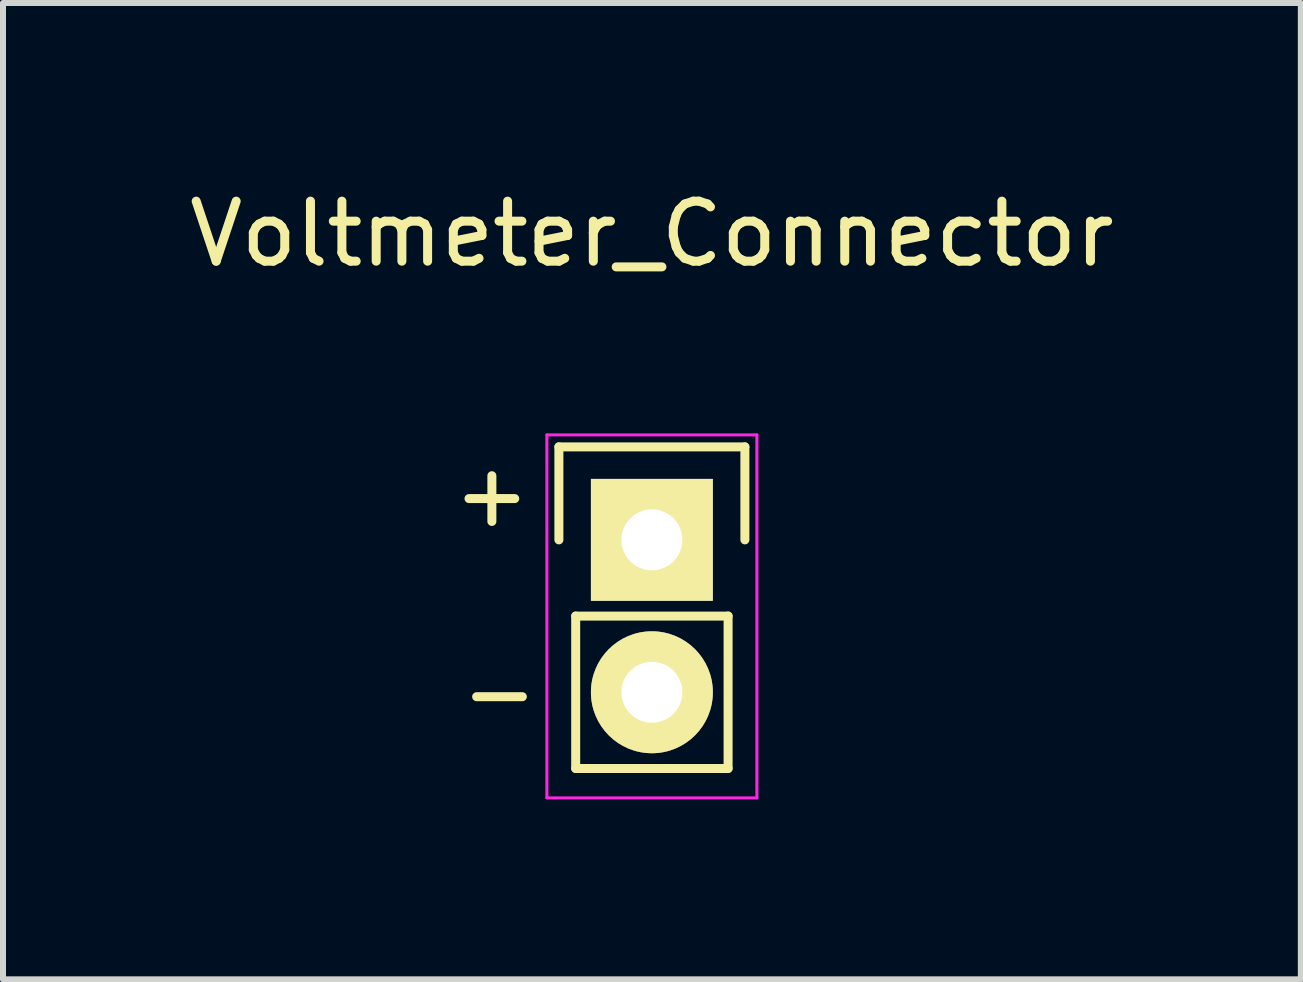
<source format=kicad_pcb>
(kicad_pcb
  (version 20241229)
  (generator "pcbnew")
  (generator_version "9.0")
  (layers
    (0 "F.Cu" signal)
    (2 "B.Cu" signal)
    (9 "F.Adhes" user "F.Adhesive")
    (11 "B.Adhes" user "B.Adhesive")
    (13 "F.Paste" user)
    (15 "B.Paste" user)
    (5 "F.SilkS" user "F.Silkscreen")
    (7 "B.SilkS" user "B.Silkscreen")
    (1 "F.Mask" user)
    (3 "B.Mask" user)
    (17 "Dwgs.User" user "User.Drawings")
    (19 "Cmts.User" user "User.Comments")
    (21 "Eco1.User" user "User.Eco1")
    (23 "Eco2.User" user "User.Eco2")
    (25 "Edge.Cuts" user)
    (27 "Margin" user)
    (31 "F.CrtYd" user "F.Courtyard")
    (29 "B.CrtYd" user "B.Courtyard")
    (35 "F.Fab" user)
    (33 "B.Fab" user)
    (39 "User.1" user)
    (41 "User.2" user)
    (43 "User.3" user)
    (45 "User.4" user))
  (footprint "Voltmeter_Connector"
    (layer "F.Cu")
    (at 7.815 5.948)
    (property "Reference" "Voltmeter_Connector" (at 0 -5.1 0) (layer "F.SilkS") (effects (font (size 1 1) (thickness 0.15))))
    (attr through_hole)
    (fp_line (start -1.55 -1.55) (end 1.55 -1.55) (stroke (width 0.15) (type solid)) (layer "F.SilkS"))
    (fp_line (start -1.55 0) (end -1.55 -1.55) (stroke (width 0.15) (type solid)) (layer "F.SilkS"))
    (fp_line (start -1.27 1.27) (end -1.27 3.81) (stroke (width 0.15) (type solid)) (layer "F.SilkS"))
    (fp_line (start -1.27 3.81) (end 1.27 3.81) (stroke (width 0.15) (type solid)) (layer "F.SilkS"))
    (fp_line (start 1.27 1.27) (end -1.27 1.27) (stroke (width 0.15) (type solid)) (layer "F.SilkS"))
    (fp_line (start 1.27 1.27) (end 1.27 3.81) (stroke (width 0.15) (type solid)) (layer "F.SilkS"))
    (fp_line (start 1.55 -1.55) (end 1.55 0) (stroke (width 0.15) (type solid)) (layer "F.SilkS"))
    (fp_line (start -1.75 -1.75) (end -1.75 4.3) (stroke (width 0.05) (type solid)) (layer "F.CrtYd"))
    (fp_line (start -1.75 -1.75) (end 1.75 -1.75) (stroke (width 0.05) (type solid)) (layer "F.CrtYd"))
    (fp_line (start -1.75 4.3) (end 1.75 4.3) (stroke (width 0.05) (type solid)) (layer "F.CrtYd"))
    (fp_line (start 1.75 -1.75) (end 1.75 4.3) (stroke (width 0.05) (type solid)) (layer "F.CrtYd"))
    (fp_text user "+" (at -2.667 -0.762 0) (layer "F.SilkS") (effects (font (size 1 1) (thickness 0.15))))
    (fp_text user "-" (at -2.54 2.54 0) (layer "F.SilkS") (effects (font (size 1 1) (thickness 0.15))))
    (pad "1" thru_hole rect (at 0 0) (size 2.032 2.032) (drill 1.016) (layers "*.Cu" "*.Mask" "F.SilkS"))
    (pad "2" thru_hole oval (at 0 2.54) (size 2.032 2.032) (drill 1.016) (layers "*.Cu" "*.Mask" "F.SilkS")))
  (gr_rect
    (start -3 -3)
    (end 18.631 13.273)
    (stroke (width 0.1) (type default))
    (fill no)
    (layer "Edge.Cuts")))
</source>
